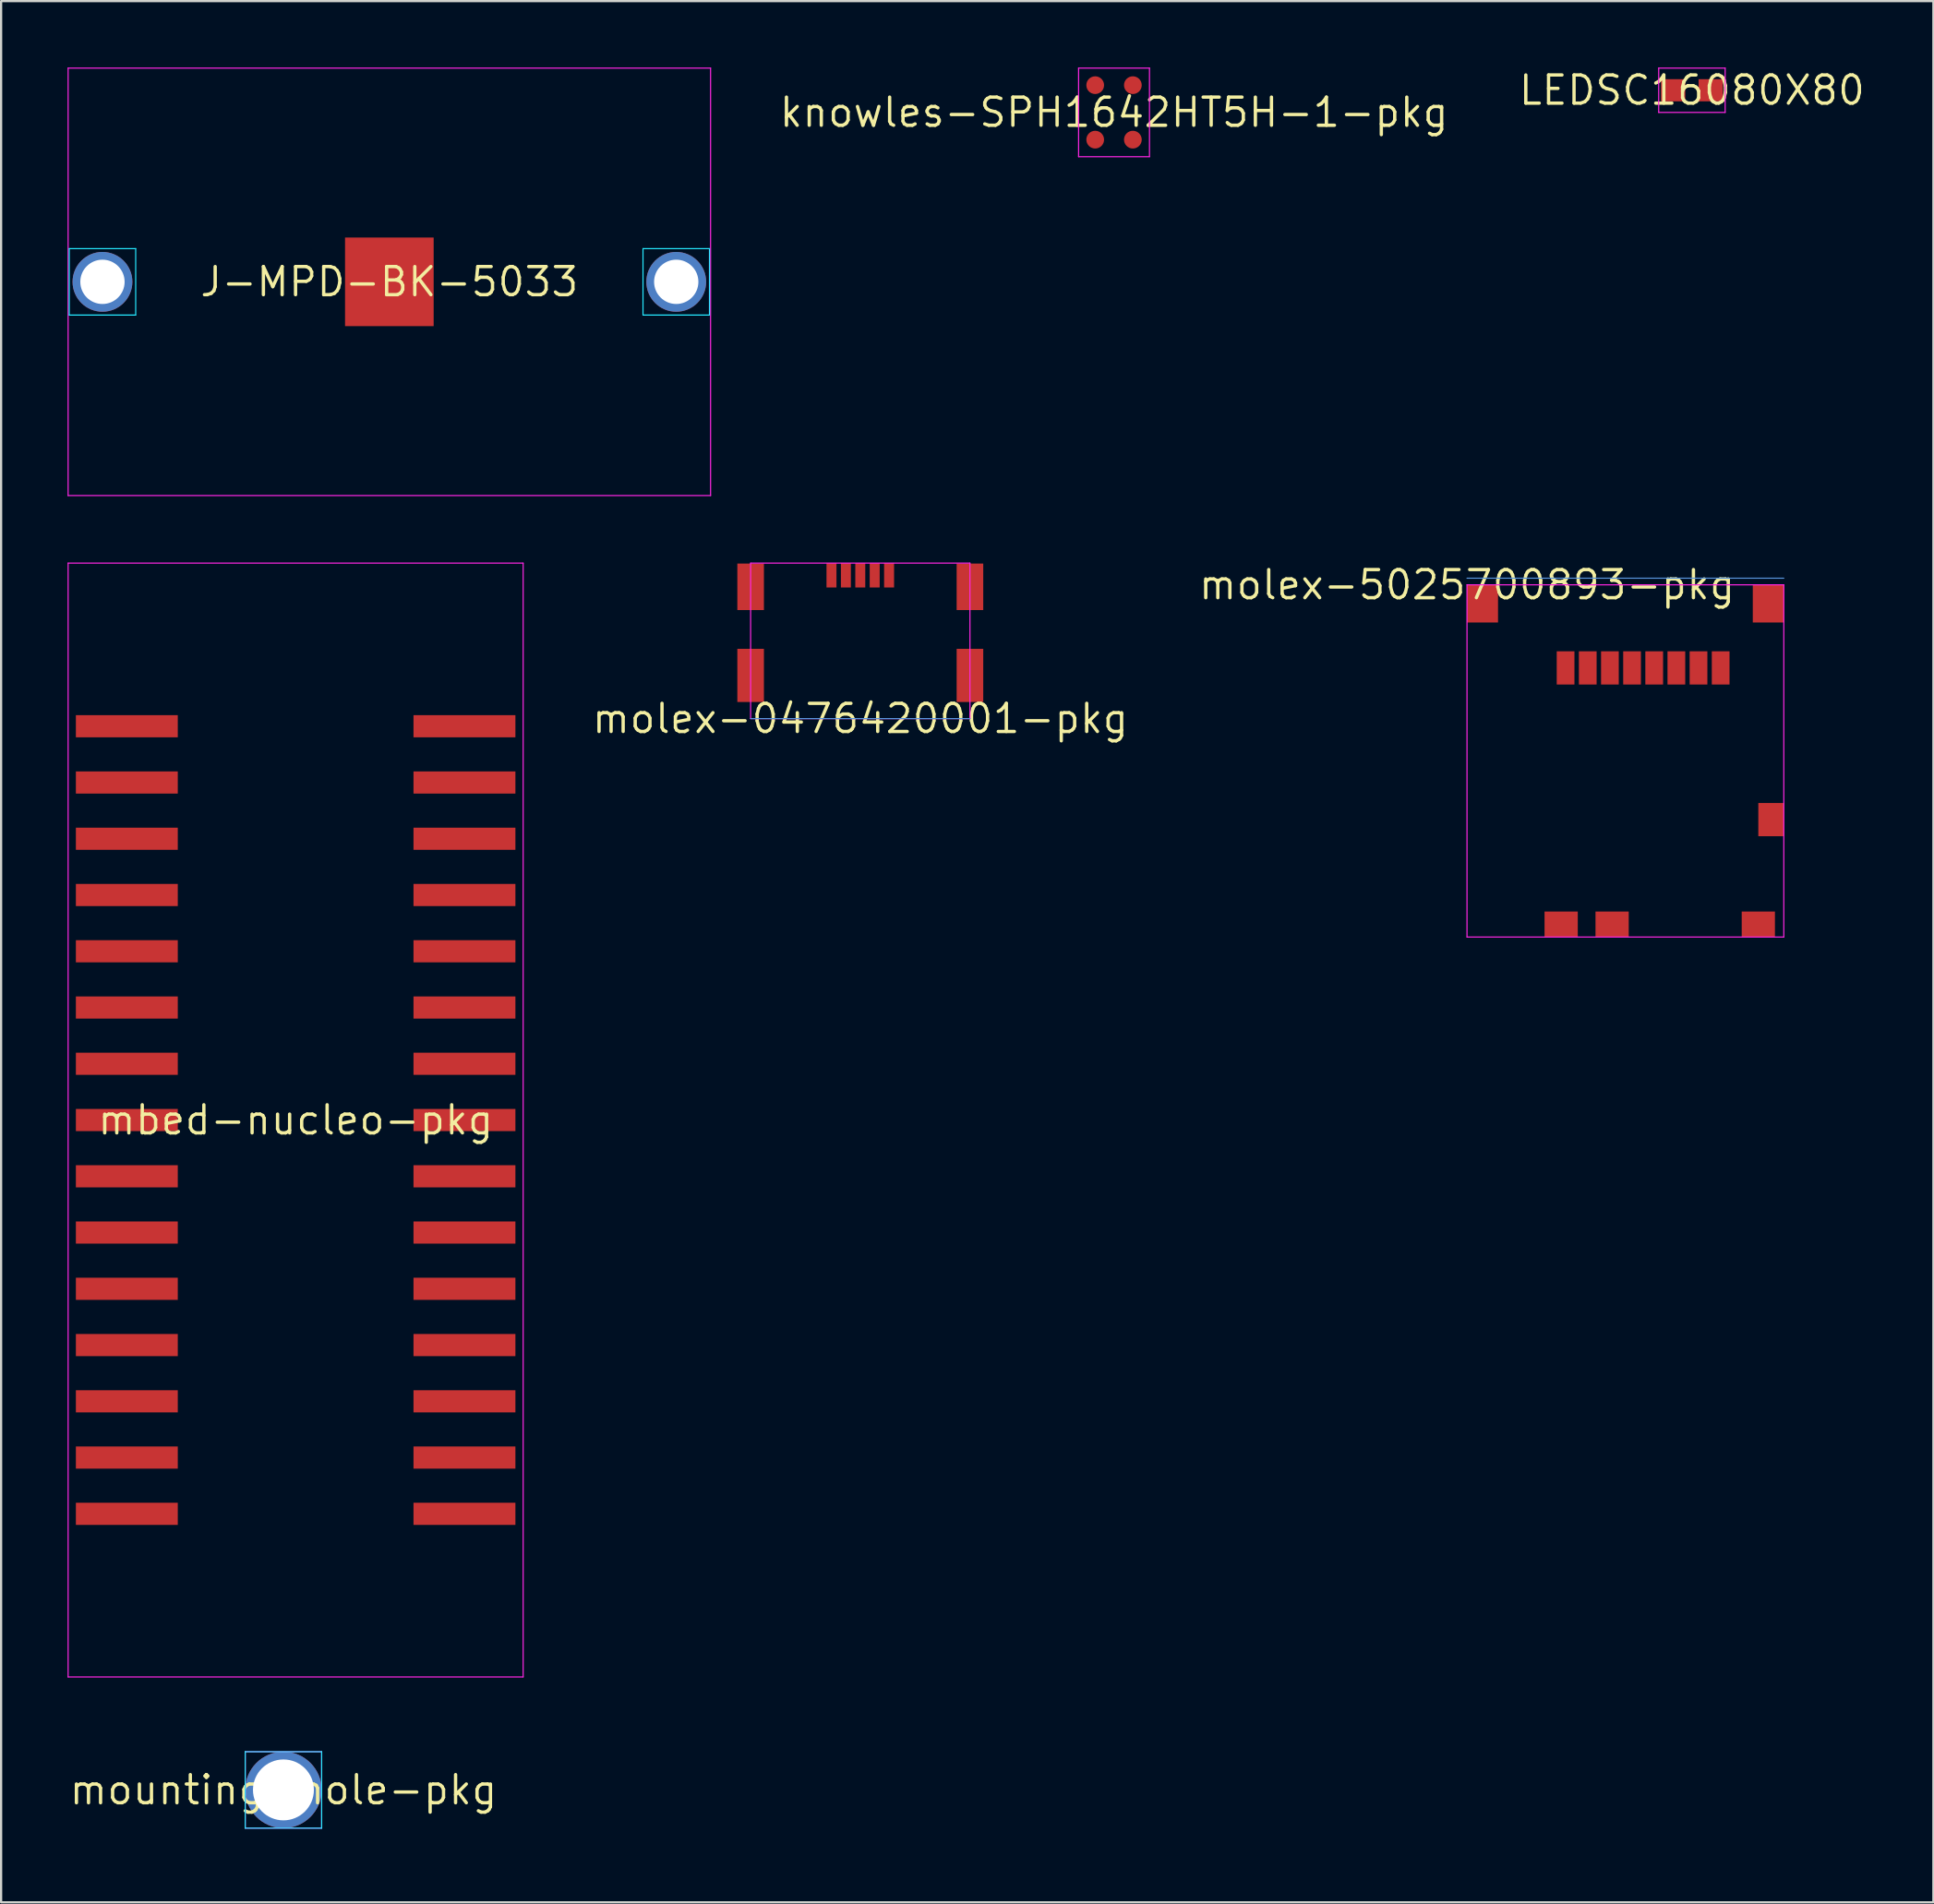
<source format=kicad_pcb>
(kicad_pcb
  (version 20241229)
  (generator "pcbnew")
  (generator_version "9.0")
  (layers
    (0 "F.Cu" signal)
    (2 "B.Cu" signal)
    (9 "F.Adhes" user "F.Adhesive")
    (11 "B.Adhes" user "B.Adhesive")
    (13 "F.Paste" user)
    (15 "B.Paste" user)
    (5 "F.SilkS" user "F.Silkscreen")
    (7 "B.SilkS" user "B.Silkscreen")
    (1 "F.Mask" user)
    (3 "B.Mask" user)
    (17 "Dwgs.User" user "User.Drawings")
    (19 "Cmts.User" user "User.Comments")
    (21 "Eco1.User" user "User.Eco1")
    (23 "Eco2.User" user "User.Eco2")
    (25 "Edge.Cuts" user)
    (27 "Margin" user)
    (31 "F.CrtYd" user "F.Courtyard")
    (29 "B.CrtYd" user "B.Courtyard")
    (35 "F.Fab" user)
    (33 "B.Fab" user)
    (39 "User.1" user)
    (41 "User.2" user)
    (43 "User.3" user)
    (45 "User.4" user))
  (footprint "LEDSC16080X80"
    (layer "F.Cu")
    (at 73.323 1.025)
    (property "Reference" "LEDSC16080X80" (at 0 0 0) (layer "F.SilkS") (effects (font (size 1.27 1.27) (thickness 0.15))))
    (attr through_hole)
    (fp_line (start -1.5 -1) (end -1.5 1) (stroke (width 0.05) (type solid)) (layer "F.CrtYd"))
    (fp_line (start -1.5 1) (end 1.5 1) (stroke (width 0.05) (type solid)) (layer "F.CrtYd"))
    (fp_line (start 1.5 -1) (end -1.5 -1) (stroke (width 0.05) (type solid)) (layer "F.CrtYd"))
    (fp_line (start 1.5 1) (end 1.5 -1) (stroke (width 0.05) (type solid)) (layer "F.CrtYd"))
    (pad "0" smd rect (at -0.85 0) (size 1.1 1) (layers "F.Cu" "F.Mask" "F.Paste"))
    (pad "1" smd rect (at 0.85 0) (size 1.1 1) (layers "F.Cu" "F.Mask" "F.Paste")))
  (footprint "J-MPD-BK-5033"
    (layer "F.Cu")
    (at 14.525 9.675)
    (property "Reference" "J-MPD-BK-5033" (at 0 0 0) (layer "F.SilkS") (effects (font (size 1.27 1.27) (thickness 0.15))))
    (attr through_hole)
    (fp_line (start -14.45 -1.5) (end -14.45 1.5) (stroke (width 0.05) (type solid)) (layer "B.CrtYd"))
    (fp_line (start -14.45 1.5) (end -11.45 1.5) (stroke (width 0.05) (type solid)) (layer "B.CrtYd"))
    (fp_line (start -11.45 -1.5) (end -14.45 -1.5) (stroke (width 0.05) (type solid)) (layer "B.CrtYd"))
    (fp_line (start -11.45 1.5) (end -11.45 -1.5) (stroke (width 0.05) (type solid)) (layer "B.CrtYd"))
    (fp_line (start 11.45 -1.5) (end 11.45 1.5) (stroke (width 0.05) (type solid)) (layer "B.CrtYd"))
    (fp_line (start 11.45 1.5) (end 14.45 1.5) (stroke (width 0.05) (type solid)) (layer "B.CrtYd"))
    (fp_line (start 14.45 -1.5) (end 11.45 -1.5) (stroke (width 0.05) (type solid)) (layer "B.CrtYd"))
    (fp_line (start 14.45 1.5) (end 14.45 -1.5) (stroke (width 0.05) (type solid)) (layer "B.CrtYd"))
    (fp_line (start -14.5 -9.65) (end -14.5 9.65) (stroke (width 0.05) (type solid)) (layer "F.CrtYd"))
    (fp_line (start -14.5 9.65) (end 14.5 9.65) (stroke (width 0.05) (type solid)) (layer "F.CrtYd"))
    (fp_line (start 14.5 -9.65) (end -14.5 -9.65) (stroke (width 0.05) (type solid)) (layer "F.CrtYd"))
    (fp_line (start 14.5 9.65) (end 14.5 -9.65) (stroke (width 0.05) (type solid)) (layer "F.CrtYd"))
    (pad "0" thru_hole circle (at -12.95 0) (size 2.7 2.7) (drill 2) (layers "*.Cu" "F.Mask"))
    (pad "1" thru_hole circle (at 12.95 0) (size 2.7 2.7) (drill 2) (layers "*.Cu" "F.Mask"))
    (pad "2" smd rect (at 0 0) (size 4 4) (layers "F.Cu" "F.Mask" "F.Paste")))
  (footprint "molex-5025700893-pkg"
    (layer "F.Cu")
    (at 63.17 23.356)
    (property "Reference" "molex-5025700893-pkg" (at 0 0 0) (layer "F.SilkS") (effects (font (size 1.27 1.27) (thickness 0.15))))
    (attr through_hole)
    (fp_line (start 14.3 -0.3) (end 0 -0.3) (stroke (width 0.05) (type solid)) (layer "Cmts.User"))
    (fp_line (start 0 0) (end 0 15.9) (stroke (width 0.05) (type solid)) (layer "F.CrtYd"))
    (fp_line (start 0 15.9) (end 14.3 15.9) (stroke (width 0.05) (type solid)) (layer "F.CrtYd"))
    (fp_line (start 14.3 0) (end 0 0) (stroke (width 0.05) (type solid)) (layer "F.CrtYd"))
    (fp_line (start 14.3 15.9) (end 14.3 0) (stroke (width 0.05) (type solid)) (layer "F.CrtYd"))
    (pad "0" smd rect (at 4.45 3.75) (size 0.8 1.5) (layers "F.Cu" "F.Mask" "F.Paste"))
    (pad "1" smd rect (at 5.45 3.75) (size 0.8 1.5) (layers "F.Cu" "F.Mask" "F.Paste"))
    (pad "2" smd rect (at 6.45 3.75) (size 0.8 1.5) (layers "F.Cu" "F.Mask" "F.Paste"))
    (pad "3" smd rect (at 7.45 3.75) (size 0.8 1.5) (layers "F.Cu" "F.Mask" "F.Paste"))
    (pad "4" smd rect (at 8.45 3.75) (size 0.8 1.5) (layers "F.Cu" "F.Mask" "F.Paste"))
    (pad "5" smd rect (at 9.45 3.75) (size 0.8 1.5) (layers "F.Cu" "F.Mask" "F.Paste"))
    (pad "6" smd rect (at 10.45 3.75) (size 0.8 1.5) (layers "F.Cu" "F.Mask" "F.Paste"))
    (pad "7" smd rect (at 11.45 3.75) (size 0.8 1.5) (layers "F.Cu" "F.Mask" "F.Paste"))
    (pad "8" smd rect (at 13.725 10.6) (size 1.15 1.5) (layers "F.Cu" "F.Mask" "F.Paste"))
    (pad "9" smd rect (at 6.55 15.325) (size 1.5 1.15) (layers "F.Cu" "F.Mask" "F.Paste"))
    (pad "10" smd rect (at 0.7 0.85) (size 1.4 1.7) (layers "F.Cu" "F.Mask" "F.Paste"))
    (pad "11" smd rect (at 13.6 0.85) (size 1.4 1.7) (layers "F.Cu" "F.Mask" "F.Paste"))
    (pad "12" smd rect (at 4.25 15.325) (size 1.5 1.15) (layers "F.Cu" "F.Mask" "F.Paste"))
    (pad "13" smd rect (at 13.15 15.325) (size 1.5 1.15) (layers "F.Cu" "F.Mask" "F.Paste")))
  (footprint "molex-0476420001-pkg"
    (layer "F.Cu")
    (at 35.783 29.395)
    (property "Reference" "molex-0476420001-pkg" (at 0 0 0) (layer "F.SilkS") (effects (font (size 1.27 1.27) (thickness 0.15))))
    (attr through_hole)
    (fp_line (start -4.95 0) (end 4.95 0) (stroke (width 0.05) (type solid)) (layer "Cmts.User"))
    (fp_line (start -4.95 -7.02) (end -4.95 0) (stroke (width 0.05) (type solid)) (layer "F.CrtYd"))
    (fp_line (start -4.95 0) (end 4.95 0) (stroke (width 0.05) (type solid)) (layer "F.CrtYd"))
    (fp_line (start 4.95 -7.02) (end -4.95 -7.02) (stroke (width 0.05) (type solid)) (layer "F.CrtYd"))
    (fp_line (start 4.95 0) (end 4.95 -7.02) (stroke (width 0.05) (type solid)) (layer "F.CrtYd"))
    (pad "0" smd rect (at -1.3 -6.47) (size 0.45 1.1) (layers "F.Cu" "F.Mask" "F.Paste"))
    (pad "1" smd rect (at -0.65 -6.47) (size 0.45 1.1) (layers "F.Cu" "F.Mask" "F.Paste"))
    (pad "2" smd rect (at 0 -6.47) (size 0.45 1.1) (layers "F.Cu" "F.Mask" "F.Paste"))
    (pad "3" smd rect (at 0.65 -6.47) (size 0.45 1.1) (layers "F.Cu" "F.Mask" "F.Paste"))
    (pad "4" smd rect (at 1.3 -6.47) (size 0.45 1.1) (layers "F.Cu" "F.Mask" "F.Paste"))
    (pad "5" smd rect (at -4.95 -5.95) (size 1.2 2.1) (layers "F.Cu" "F.Mask" "F.Paste"))
    (pad "6" smd rect (at 4.95 -5.95) (size 1.2 2.1) (layers "F.Cu" "F.Mask" "F.Paste"))
    (pad "7" smd rect (at -4.95 -1.95) (size 1.2 2.4) (layers "F.Cu" "F.Mask" "F.Paste"))
    (pad "8" smd rect (at 4.95 -1.95) (size 1.2 2.4) (layers "F.Cu" "F.Mask" "F.Paste")))
  (footprint "knowles-SPH1642HT5H-1-pkg"
    (layer "F.Cu")
    (at 47.237 2.025)
    (property "Reference" "knowles-SPH1642HT5H-1-pkg" (at 0 0 0) (layer "F.SilkS") (effects (font (size 1.27 1.27) (thickness 0.15))))
    (attr through_hole)
    (fp_line (start -1.6 -2) (end -1.6 2) (stroke (width 0.05) (type solid)) (layer "F.CrtYd"))
    (fp_line (start -1.6 2) (end 1.6 2) (stroke (width 0.05) (type solid)) (layer "F.CrtYd"))
    (fp_line (start 1.6 -2) (end -1.6 -2) (stroke (width 0.05) (type solid)) (layer "F.CrtYd"))
    (fp_line (start 1.6 2) (end 1.6 -2) (stroke (width 0.05) (type solid)) (layer "F.CrtYd"))
    (pad "0" smd circle (at 0.85 -1.23) (size 0.8 0.8) (layers "F.Cu" "F.Mask" "F.Paste"))
    (pad "1" smd circle (at 0.85 1.23) (size 0.8 0.8) (layers "F.Cu" "F.Mask" "F.Paste"))
    (pad "2" smd circle (at -0.85 1.23) (size 0.8 0.8) (layers "F.Cu" "F.Mask" "F.Paste"))
    (pad "3" smd circle (at -0.85 -1.23) (size 0.8 0.8) (layers "F.Cu" "F.Mask" "F.Paste")))
  (footprint "mbed-nucleo-pkg"
    (layer "F.Cu")
    (at 10.295 47.52)
    (property "Reference" "mbed-nucleo-pkg" (at 0 0 0) (layer "F.SilkS") (effects (font (size 1.27 1.27) (thickness 0.15))))
    (attr through_hole)
    (fp_line (start -10.27 -25.145) (end -10.27 25.145) (stroke (width 0.05) (type solid)) (layer "F.CrtYd"))
    (fp_line (start -10.27 25.145) (end 10.27 25.145) (stroke (width 0.05) (type solid)) (layer "F.CrtYd"))
    (fp_line (start 10.27 -25.145) (end -10.27 -25.145) (stroke (width 0.05) (type solid)) (layer "F.CrtYd"))
    (fp_line (start 10.27 25.145) (end 10.27 -25.145) (stroke (width 0.05) (type solid)) (layer "F.CrtYd"))
    (pad "0" smd rect (at -7.62 -17.78 90) (size 1 4.6) (layers "F.Cu" "F.Mask" "F.Paste"))
    (pad "1" smd rect (at -7.62 -15.24 90) (size 1 4.6) (layers "F.Cu" "F.Mask" "F.Paste"))
    (pad "2" smd rect (at -7.62 -12.7 90) (size 1 4.6) (layers "F.Cu" "F.Mask" "F.Paste"))
    (pad "3" smd rect (at -7.62 -10.16 90) (size 1 4.6) (layers "F.Cu" "F.Mask" "F.Paste"))
    (pad "4" smd rect (at -7.62 -7.62 90) (size 1 4.6) (layers "F.Cu" "F.Mask" "F.Paste"))
    (pad "5" smd rect (at -7.62 -5.08 90) (size 1 4.6) (layers "F.Cu" "F.Mask" "F.Paste"))
    (pad "6" smd rect (at -7.62 -2.54 90) (size 1 4.6) (layers "F.Cu" "F.Mask" "F.Paste"))
    (pad "7" smd rect (at -7.62 0 90) (size 1 4.6) (layers "F.Cu" "F.Mask" "F.Paste"))
    (pad "8" smd rect (at -7.62 2.54 90) (size 1 4.6) (layers "F.Cu" "F.Mask" "F.Paste"))
    (pad "9" smd rect (at -7.62 5.08 90) (size 1 4.6) (layers "F.Cu" "F.Mask" "F.Paste"))
    (pad "10" smd rect (at -7.62 7.62 90) (size 1 4.6) (layers "F.Cu" "F.Mask" "F.Paste"))
    (pad "11" smd rect (at -7.62 10.16 90) (size 1 4.6) (layers "F.Cu" "F.Mask" "F.Paste"))
    (pad "12" smd rect (at -7.62 12.7 90) (size 1 4.6) (layers "F.Cu" "F.Mask" "F.Paste"))
    (pad "13" smd rect (at -7.62 15.24 90) (size 1 4.6) (layers "F.Cu" "F.Mask" "F.Paste"))
    (pad "14" smd rect (at -7.62 17.78 90) (size 1 4.6) (layers "F.Cu" "F.Mask" "F.Paste"))
    (pad "15" smd rect (at 7.62 17.78 270) (size 1 4.6) (layers "F.Cu" "F.Mask" "F.Paste"))
    (pad "16" smd rect (at 7.62 15.24 270) (size 1 4.6) (layers "F.Cu" "F.Mask" "F.Paste"))
    (pad "17" smd rect (at 7.62 12.7 270) (size 1 4.6) (layers "F.Cu" "F.Mask" "F.Paste"))
    (pad "18" smd rect (at 7.62 10.16 270) (size 1 4.6) (layers "F.Cu" "F.Mask" "F.Paste"))
    (pad "19" smd rect (at 7.62 7.62 270) (size 1 4.6) (layers "F.Cu" "F.Mask" "F.Paste"))
    (pad "20" smd rect (at 7.62 5.08 270) (size 1 4.6) (layers "F.Cu" "F.Mask" "F.Paste"))
    (pad "21" smd rect (at 7.62 2.54 270) (size 1 4.6) (layers "F.Cu" "F.Mask" "F.Paste"))
    (pad "22" smd rect (at 7.62 0 270) (size 1 4.6) (layers "F.Cu" "F.Mask" "F.Paste"))
    (pad "23" smd rect (at 7.62 -2.54 270) (size 1 4.6) (layers "F.Cu" "F.Mask" "F.Paste"))
    (pad "24" smd rect (at 7.62 -5.08 270) (size 1 4.6) (layers "F.Cu" "F.Mask" "F.Paste"))
    (pad "25" smd rect (at 7.62 -7.62 270) (size 1 4.6) (layers "F.Cu" "F.Mask" "F.Paste"))
    (pad "26" smd rect (at 7.62 -10.16 270) (size 1 4.6) (layers "F.Cu" "F.Mask" "F.Paste"))
    (pad "27" smd rect (at 7.62 -12.7 270) (size 1 4.6) (layers "F.Cu" "F.Mask" "F.Paste"))
    (pad "28" smd rect (at 7.62 -15.24 270) (size 1 4.6) (layers "F.Cu" "F.Mask" "F.Paste"))
    (pad "29" smd rect (at 7.62 -17.78 270) (size 1 4.6) (layers "F.Cu" "F.Mask" "F.Paste")))
  (footprint "mounting-hole-pkg"
    (layer "F.Cu")
    (at 9.744 77.765)
    (property "Reference" "mounting-hole-pkg" (at 0 0 0) (layer "F.SilkS") (effects (font (size 1.27 1.27) (thickness 0.15))))
    (attr through_hole)
    (fp_poly (pts (xy 2.075 0) (xy 2.035 -0.405) (xy 1.917 -0.794) (xy 1.725 -1.153) (xy 1.467 -1.467) (xy 1.153 -1.725) (xy 0.794 -1.917) (xy 0.405 -2.035) (xy 0 -2.075) (xy -0.405 -2.035) (xy -0.794 -1.917) (xy -1.153 -1.725) (xy -1.467 -1.467) (xy -1.725 -1.153) (xy -1.917 -0.794) (xy -2.035 -0.405) (xy -2.075 0) (xy -2.035 0.405) (xy -1.917 0.794) (xy -1.725 1.153) (xy -1.467 1.467) (xy -1.153 1.725) (xy -0.794 1.917) (xy -0.405 2.035) (xy 0 2.075) (xy 0.405 2.035) (xy 0.794 1.917) (xy 1.153 1.725) (xy 1.467 1.467) (xy 1.725 1.153) (xy 1.917 0.794) (xy 2.035 0.405)) (stroke (width 0) (type solid)) (fill yes) (layer "F.Mask"))
    (fp_line (start -1.725 -1.725) (end -1.725 1.725) (stroke (width 0.05) (type solid)) (layer "B.CrtYd"))
    (fp_line (start -1.725 1.725) (end 1.725 1.725) (stroke (width 0.05) (type solid)) (layer "B.CrtYd"))
    (fp_line (start 1.725 -1.725) (end -1.725 -1.725) (stroke (width 0.05) (type solid)) (layer "B.CrtYd"))
    (fp_line (start 1.725 1.725) (end 1.725 -1.725) (stroke (width 0.05) (type solid)) (layer "B.CrtYd"))
    (fp_line (start -1.725 -1.725) (end -1.725 1.725) (stroke (width 0.05) (type solid)) (layer "F.CrtYd"))
    (fp_line (start -1.725 1.725) (end 1.725 1.725) (stroke (width 0.05) (type solid)) (layer "F.CrtYd"))
    (fp_line (start 1.725 -1.725) (end -1.725 -1.725) (stroke (width 0.05) (type solid)) (layer "F.CrtYd"))
    (fp_line (start 1.725 1.725) (end 1.725 -1.725) (stroke (width 0.05) (type solid)) (layer "F.CrtYd"))
    (pad "0" thru_hole circle (at 0 0) (size 3.45 3.45) (drill 2.75) (layers "*.Cu")))
  (gr_rect
    (start -3 -3)
    (end 84.222 82.84)
    (stroke (width 0.1) (type default))
    (fill no)
    (layer "Edge.Cuts")))
</source>
